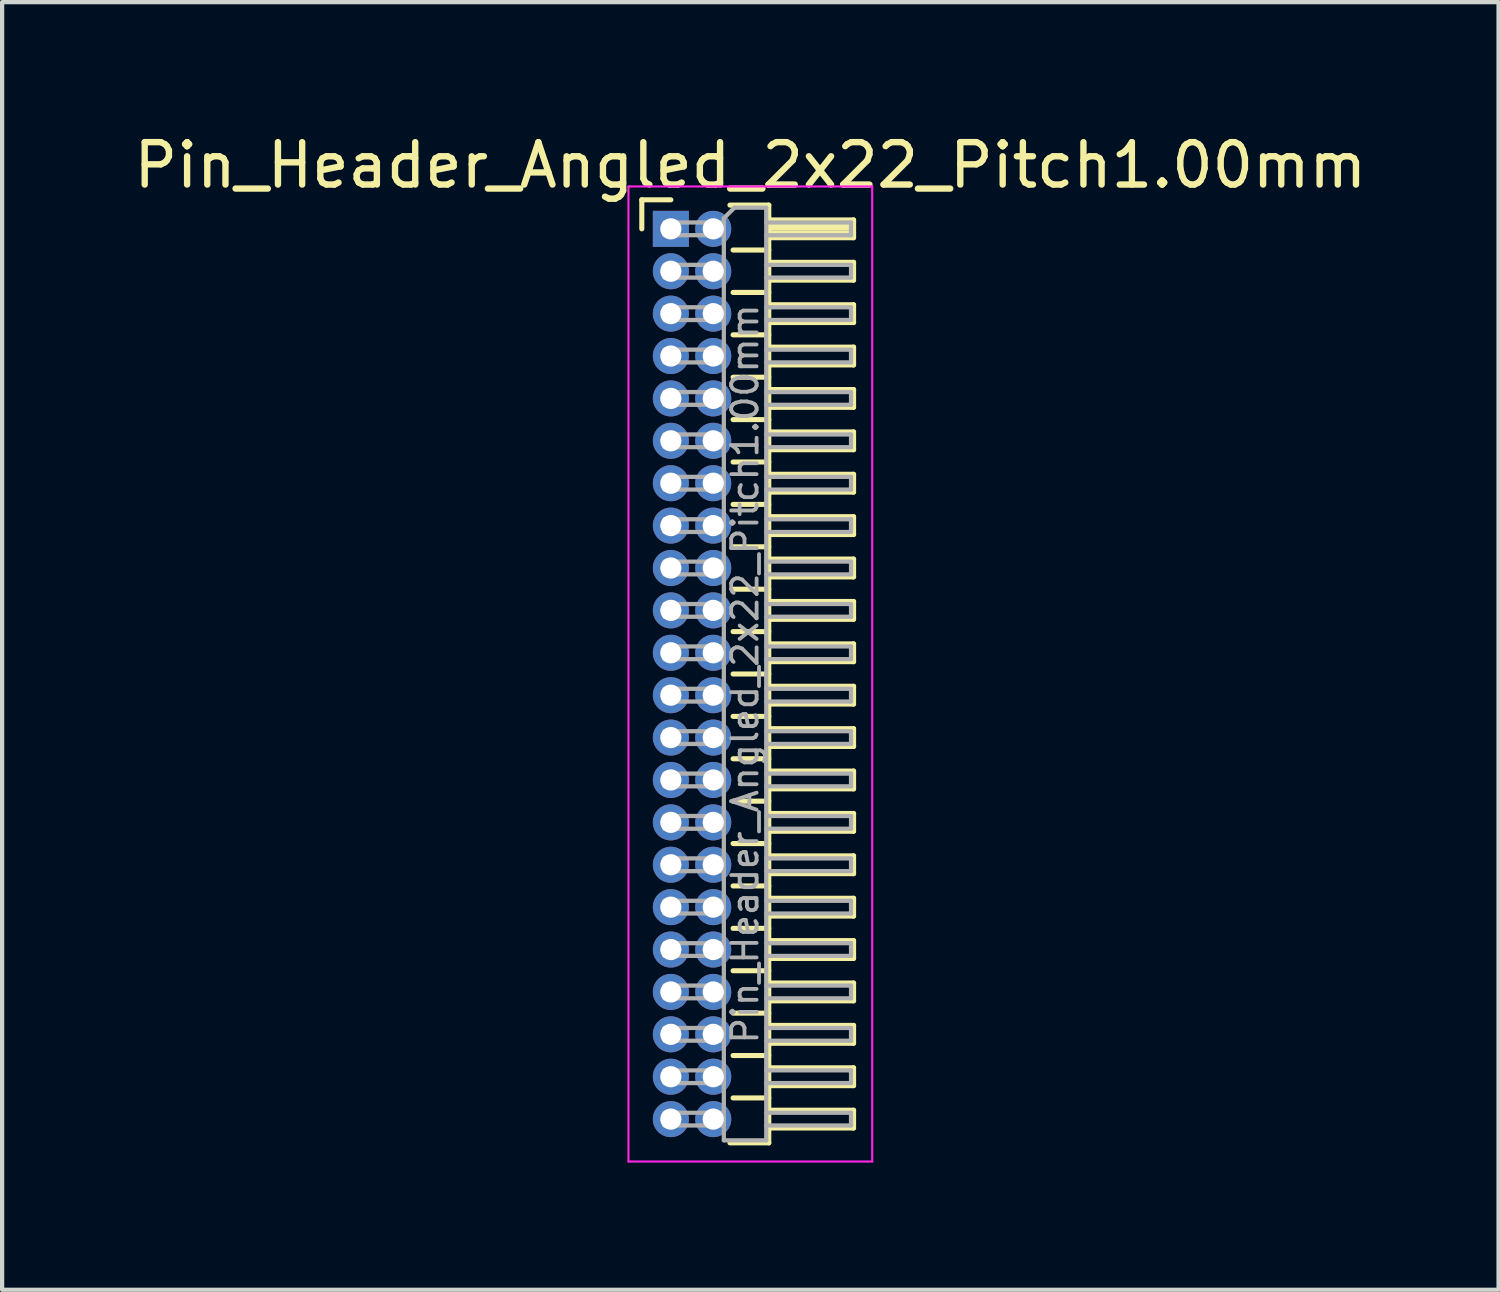
<source format=kicad_pcb>
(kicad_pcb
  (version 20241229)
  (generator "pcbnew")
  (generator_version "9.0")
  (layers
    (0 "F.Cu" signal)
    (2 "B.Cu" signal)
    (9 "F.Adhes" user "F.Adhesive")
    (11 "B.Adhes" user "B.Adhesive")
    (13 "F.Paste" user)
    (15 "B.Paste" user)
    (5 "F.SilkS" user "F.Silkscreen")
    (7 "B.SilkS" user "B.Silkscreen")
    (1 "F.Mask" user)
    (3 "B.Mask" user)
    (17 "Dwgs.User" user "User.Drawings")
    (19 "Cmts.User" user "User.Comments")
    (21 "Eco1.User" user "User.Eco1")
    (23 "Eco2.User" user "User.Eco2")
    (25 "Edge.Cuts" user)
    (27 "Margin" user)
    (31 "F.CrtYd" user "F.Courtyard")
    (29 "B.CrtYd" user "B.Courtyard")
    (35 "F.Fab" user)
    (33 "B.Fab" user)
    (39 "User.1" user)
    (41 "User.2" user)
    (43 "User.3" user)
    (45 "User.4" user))
  (footprint "Pin_Header_Angled_2x22_Pitch1.00mm"
    (layer "F.Cu")
    (at 12.774 2.348)
    (property "Reference" "Pin_Header_Angled_2x22_Pitch1.00mm" (at 1.875 -1.5 0) (layer "F.SilkS") (effects (font (size 1 1) (thickness 0.15))))
    (attr through_hole)
    (fp_line (start -0.685 -0.685) (end 0 -0.685) (stroke (width 0.12) (type solid)) (layer "F.SilkS"))
    (fp_line (start -0.685 0) (end -0.685 -0.685) (stroke (width 0.12) (type solid)) (layer "F.SilkS"))
    (fp_line (start 1.394 -0.56) (end 2.31 -0.56) (stroke (width 0.12) (type solid)) (layer "F.SilkS"))
    (fp_line (start 1.468 0.5) (end 2.31 0.5) (stroke (width 0.12) (type solid)) (layer "F.SilkS"))
    (fp_line (start 1.468 1.5) (end 2.31 1.5) (stroke (width 0.12) (type solid)) (layer "F.SilkS"))
    (fp_line (start 1.468 2.5) (end 2.31 2.5) (stroke (width 0.12) (type solid)) (layer "F.SilkS"))
    (fp_line (start 1.468 3.5) (end 2.31 3.5) (stroke (width 0.12) (type solid)) (layer "F.SilkS"))
    (fp_line (start 1.468 4.5) (end 2.31 4.5) (stroke (width 0.12) (type solid)) (layer "F.SilkS"))
    (fp_line (start 1.468 5.5) (end 2.31 5.5) (stroke (width 0.12) (type solid)) (layer "F.SilkS"))
    (fp_line (start 1.468 6.5) (end 2.31 6.5) (stroke (width 0.12) (type solid)) (layer "F.SilkS"))
    (fp_line (start 1.468 7.5) (end 2.31 7.5) (stroke (width 0.12) (type solid)) (layer "F.SilkS"))
    (fp_line (start 1.468 8.5) (end 2.31 8.5) (stroke (width 0.12) (type solid)) (layer "F.SilkS"))
    (fp_line (start 1.468 9.5) (end 2.31 9.5) (stroke (width 0.12) (type solid)) (layer "F.SilkS"))
    (fp_line (start 1.468 10.5) (end 2.31 10.5) (stroke (width 0.12) (type solid)) (layer "F.SilkS"))
    (fp_line (start 1.468 11.5) (end 2.31 11.5) (stroke (width 0.12) (type solid)) (layer "F.SilkS"))
    (fp_line (start 1.468 12.5) (end 2.31 12.5) (stroke (width 0.12) (type solid)) (layer "F.SilkS"))
    (fp_line (start 1.468 13.5) (end 2.31 13.5) (stroke (width 0.12) (type solid)) (layer "F.SilkS"))
    (fp_line (start 1.468 14.5) (end 2.31 14.5) (stroke (width 0.12) (type solid)) (layer "F.SilkS"))
    (fp_line (start 1.468 15.5) (end 2.31 15.5) (stroke (width 0.12) (type solid)) (layer "F.SilkS"))
    (fp_line (start 1.468 16.5) (end 2.31 16.5) (stroke (width 0.12) (type solid)) (layer "F.SilkS"))
    (fp_line (start 1.468 17.5) (end 2.31 17.5) (stroke (width 0.12) (type solid)) (layer "F.SilkS"))
    (fp_line (start 1.468 18.5) (end 2.31 18.5) (stroke (width 0.12) (type solid)) (layer "F.SilkS"))
    (fp_line (start 1.468 19.5) (end 2.31 19.5) (stroke (width 0.12) (type solid)) (layer "F.SilkS"))
    (fp_line (start 1.468 20.5) (end 2.31 20.5) (stroke (width 0.12) (type solid)) (layer "F.SilkS"))
    (fp_line (start 2.31 -0.56) (end 2.31 21.56) (stroke (width 0.12) (type solid)) (layer "F.SilkS"))
    (fp_line (start 2.31 -0.21) (end 4.31 -0.21) (stroke (width 0.12) (type solid)) (layer "F.SilkS"))
    (fp_line (start 2.31 -0.15) (end 4.31 -0.15) (stroke (width 0.12) (type solid)) (layer "F.SilkS"))
    (fp_line (start 2.31 -0.03) (end 4.31 -0.03) (stroke (width 0.12) (type solid)) (layer "F.SilkS"))
    (fp_line (start 2.31 0.09) (end 4.31 0.09) (stroke (width 0.12) (type solid)) (layer "F.SilkS"))
    (fp_line (start 2.31 0.79) (end 4.31 0.79) (stroke (width 0.12) (type solid)) (layer "F.SilkS"))
    (fp_line (start 2.31 1.79) (end 4.31 1.79) (stroke (width 0.12) (type solid)) (layer "F.SilkS"))
    (fp_line (start 2.31 2.79) (end 4.31 2.79) (stroke (width 0.12) (type solid)) (layer "F.SilkS"))
    (fp_line (start 2.31 3.79) (end 4.31 3.79) (stroke (width 0.12) (type solid)) (layer "F.SilkS"))
    (fp_line (start 2.31 4.79) (end 4.31 4.79) (stroke (width 0.12) (type solid)) (layer "F.SilkS"))
    (fp_line (start 2.31 5.79) (end 4.31 5.79) (stroke (width 0.12) (type solid)) (layer "F.SilkS"))
    (fp_line (start 2.31 6.79) (end 4.31 6.79) (stroke (width 0.12) (type solid)) (layer "F.SilkS"))
    (fp_line (start 2.31 7.79) (end 4.31 7.79) (stroke (width 0.12) (type solid)) (layer "F.SilkS"))
    (fp_line (start 2.31 8.79) (end 4.31 8.79) (stroke (width 0.12) (type solid)) (layer "F.SilkS"))
    (fp_line (start 2.31 9.79) (end 4.31 9.79) (stroke (width 0.12) (type solid)) (layer "F.SilkS"))
    (fp_line (start 2.31 10.79) (end 4.31 10.79) (stroke (width 0.12) (type solid)) (layer "F.SilkS"))
    (fp_line (start 2.31 11.79) (end 4.31 11.79) (stroke (width 0.12) (type solid)) (layer "F.SilkS"))
    (fp_line (start 2.31 12.79) (end 4.31 12.79) (stroke (width 0.12) (type solid)) (layer "F.SilkS"))
    (fp_line (start 2.31 13.79) (end 4.31 13.79) (stroke (width 0.12) (type solid)) (layer "F.SilkS"))
    (fp_line (start 2.31 14.79) (end 4.31 14.79) (stroke (width 0.12) (type solid)) (layer "F.SilkS"))
    (fp_line (start 2.31 15.79) (end 4.31 15.79) (stroke (width 0.12) (type solid)) (layer "F.SilkS"))
    (fp_line (start 2.31 16.79) (end 4.31 16.79) (stroke (width 0.12) (type solid)) (layer "F.SilkS"))
    (fp_line (start 2.31 17.79) (end 4.31 17.79) (stroke (width 0.12) (type solid)) (layer "F.SilkS"))
    (fp_line (start 2.31 18.79) (end 4.31 18.79) (stroke (width 0.12) (type solid)) (layer "F.SilkS"))
    (fp_line (start 2.31 19.79) (end 4.31 19.79) (stroke (width 0.12) (type solid)) (layer "F.SilkS"))
    (fp_line (start 2.31 20.79) (end 4.31 20.79) (stroke (width 0.12) (type solid)) (layer "F.SilkS"))
    (fp_line (start 2.31 21.56) (end 1.394 21.56) (stroke (width 0.12) (type solid)) (layer "F.SilkS"))
    (fp_line (start 4.31 -0.21) (end 4.31 0.21) (stroke (width 0.12) (type solid)) (layer "F.SilkS"))
    (fp_line (start 4.31 0.21) (end 2.31 0.21) (stroke (width 0.12) (type solid)) (layer "F.SilkS"))
    (fp_line (start 4.31 0.79) (end 4.31 1.21) (stroke (width 0.12) (type solid)) (layer "F.SilkS"))
    (fp_line (start 4.31 1.21) (end 2.31 1.21) (stroke (width 0.12) (type solid)) (layer "F.SilkS"))
    (fp_line (start 4.31 1.79) (end 4.31 2.21) (stroke (width 0.12) (type solid)) (layer "F.SilkS"))
    (fp_line (start 4.31 2.21) (end 2.31 2.21) (stroke (width 0.12) (type solid)) (layer "F.SilkS"))
    (fp_line (start 4.31 2.79) (end 4.31 3.21) (stroke (width 0.12) (type solid)) (layer "F.SilkS"))
    (fp_line (start 4.31 3.21) (end 2.31 3.21) (stroke (width 0.12) (type solid)) (layer "F.SilkS"))
    (fp_line (start 4.31 3.79) (end 4.31 4.21) (stroke (width 0.12) (type solid)) (layer "F.SilkS"))
    (fp_line (start 4.31 4.21) (end 2.31 4.21) (stroke (width 0.12) (type solid)) (layer "F.SilkS"))
    (fp_line (start 4.31 4.79) (end 4.31 5.21) (stroke (width 0.12) (type solid)) (layer "F.SilkS"))
    (fp_line (start 4.31 5.21) (end 2.31 5.21) (stroke (width 0.12) (type solid)) (layer "F.SilkS"))
    (fp_line (start 4.31 5.79) (end 4.31 6.21) (stroke (width 0.12) (type solid)) (layer "F.SilkS"))
    (fp_line (start 4.31 6.21) (end 2.31 6.21) (stroke (width 0.12) (type solid)) (layer "F.SilkS"))
    (fp_line (start 4.31 6.79) (end 4.31 7.21) (stroke (width 0.12) (type solid)) (layer "F.SilkS"))
    (fp_line (start 4.31 7.21) (end 2.31 7.21) (stroke (width 0.12) (type solid)) (layer "F.SilkS"))
    (fp_line (start 4.31 7.79) (end 4.31 8.21) (stroke (width 0.12) (type solid)) (layer "F.SilkS"))
    (fp_line (start 4.31 8.21) (end 2.31 8.21) (stroke (width 0.12) (type solid)) (layer "F.SilkS"))
    (fp_line (start 4.31 8.79) (end 4.31 9.21) (stroke (width 0.12) (type solid)) (layer "F.SilkS"))
    (fp_line (start 4.31 9.21) (end 2.31 9.21) (stroke (width 0.12) (type solid)) (layer "F.SilkS"))
    (fp_line (start 4.31 9.79) (end 4.31 10.21) (stroke (width 0.12) (type solid)) (layer "F.SilkS"))
    (fp_line (start 4.31 10.21) (end 2.31 10.21) (stroke (width 0.12) (type solid)) (layer "F.SilkS"))
    (fp_line (start 4.31 10.79) (end 4.31 11.21) (stroke (width 0.12) (type solid)) (layer "F.SilkS"))
    (fp_line (start 4.31 11.21) (end 2.31 11.21) (stroke (width 0.12) (type solid)) (layer "F.SilkS"))
    (fp_line (start 4.31 11.79) (end 4.31 12.21) (stroke (width 0.12) (type solid)) (layer "F.SilkS"))
    (fp_line (start 4.31 12.21) (end 2.31 12.21) (stroke (width 0.12) (type solid)) (layer "F.SilkS"))
    (fp_line (start 4.31 12.79) (end 4.31 13.21) (stroke (width 0.12) (type solid)) (layer "F.SilkS"))
    (fp_line (start 4.31 13.21) (end 2.31 13.21) (stroke (width 0.12) (type solid)) (layer "F.SilkS"))
    (fp_line (start 4.31 13.79) (end 4.31 14.21) (stroke (width 0.12) (type solid)) (layer "F.SilkS"))
    (fp_line (start 4.31 14.21) (end 2.31 14.21) (stroke (width 0.12) (type solid)) (layer "F.SilkS"))
    (fp_line (start 4.31 14.79) (end 4.31 15.21) (stroke (width 0.12) (type solid)) (layer "F.SilkS"))
    (fp_line (start 4.31 15.21) (end 2.31 15.21) (stroke (width 0.12) (type solid)) (layer "F.SilkS"))
    (fp_line (start 4.31 15.79) (end 4.31 16.21) (stroke (width 0.12) (type solid)) (layer "F.SilkS"))
    (fp_line (start 4.31 16.21) (end 2.31 16.21) (stroke (width 0.12) (type solid)) (layer "F.SilkS"))
    (fp_line (start 4.31 16.79) (end 4.31 17.21) (stroke (width 0.12) (type solid)) (layer "F.SilkS"))
    (fp_line (start 4.31 17.21) (end 2.31 17.21) (stroke (width 0.12) (type solid)) (layer "F.SilkS"))
    (fp_line (start 4.31 17.79) (end 4.31 18.21) (stroke (width 0.12) (type solid)) (layer "F.SilkS"))
    (fp_line (start 4.31 18.21) (end 2.31 18.21) (stroke (width 0.12) (type solid)) (layer "F.SilkS"))
    (fp_line (start 4.31 18.79) (end 4.31 19.21) (stroke (width 0.12) (type solid)) (layer "F.SilkS"))
    (fp_line (start 4.31 19.21) (end 2.31 19.21) (stroke (width 0.12) (type solid)) (layer "F.SilkS"))
    (fp_line (start 4.31 19.79) (end 4.31 20.21) (stroke (width 0.12) (type solid)) (layer "F.SilkS"))
    (fp_line (start 4.31 20.21) (end 2.31 20.21) (stroke (width 0.12) (type solid)) (layer "F.SilkS"))
    (fp_line (start 4.31 20.79) (end 4.31 21.21) (stroke (width 0.12) (type solid)) (layer "F.SilkS"))
    (fp_line (start 4.31 21.21) (end 2.31 21.21) (stroke (width 0.12) (type solid)) (layer "F.SilkS"))
    (fp_line (start -1 -1) (end -1 22) (stroke (width 0.05) (type solid)) (layer "F.CrtYd"))
    (fp_line (start -1 22) (end 4.75 22) (stroke (width 0.05) (type solid)) (layer "F.CrtYd"))
    (fp_line (start 4.75 -1) (end -1 -1) (stroke (width 0.05) (type solid)) (layer "F.CrtYd"))
    (fp_line (start 4.75 22) (end 4.75 -1) (stroke (width 0.05) (type solid)) (layer "F.CrtYd"))
    (fp_line (start -0.15 -0.15) (end -0.15 0.15) (stroke (width 0.1) (type solid)) (layer "F.Fab"))
    (fp_line (start -0.15 -0.15) (end 1.25 -0.15) (stroke (width 0.1) (type solid)) (layer "F.Fab"))
    (fp_line (start -0.15 0.15) (end 1.25 0.15) (stroke (width 0.1) (type solid)) (layer "F.Fab"))
    (fp_line (start -0.15 0.85) (end -0.15 1.15) (stroke (width 0.1) (type solid)) (layer "F.Fab"))
    (fp_line (start -0.15 0.85) (end 1.25 0.85) (stroke (width 0.1) (type solid)) (layer "F.Fab"))
    (fp_line (start -0.15 1.15) (end 1.25 1.15) (stroke (width 0.1) (type solid)) (layer "F.Fab"))
    (fp_line (start -0.15 1.85) (end -0.15 2.15) (stroke (width 0.1) (type solid)) (layer "F.Fab"))
    (fp_line (start -0.15 1.85) (end 1.25 1.85) (stroke (width 0.1) (type solid)) (layer "F.Fab"))
    (fp_line (start -0.15 2.15) (end 1.25 2.15) (stroke (width 0.1) (type solid)) (layer "F.Fab"))
    (fp_line (start -0.15 2.85) (end -0.15 3.15) (stroke (width 0.1) (type solid)) (layer "F.Fab"))
    (fp_line (start -0.15 2.85) (end 1.25 2.85) (stroke (width 0.1) (type solid)) (layer "F.Fab"))
    (fp_line (start -0.15 3.15) (end 1.25 3.15) (stroke (width 0.1) (type solid)) (layer "F.Fab"))
    (fp_line (start -0.15 3.85) (end -0.15 4.15) (stroke (width 0.1) (type solid)) (layer "F.Fab"))
    (fp_line (start -0.15 3.85) (end 1.25 3.85) (stroke (width 0.1) (type solid)) (layer "F.Fab"))
    (fp_line (start -0.15 4.15) (end 1.25 4.15) (stroke (width 0.1) (type solid)) (layer "F.Fab"))
    (fp_line (start -0.15 4.85) (end -0.15 5.15) (stroke (width 0.1) (type solid)) (layer "F.Fab"))
    (fp_line (start -0.15 4.85) (end 1.25 4.85) (stroke (width 0.1) (type solid)) (layer "F.Fab"))
    (fp_line (start -0.15 5.15) (end 1.25 5.15) (stroke (width 0.1) (type solid)) (layer "F.Fab"))
    (fp_line (start -0.15 5.85) (end -0.15 6.15) (stroke (width 0.1) (type solid)) (layer "F.Fab"))
    (fp_line (start -0.15 5.85) (end 1.25 5.85) (stroke (width 0.1) (type solid)) (layer "F.Fab"))
    (fp_line (start -0.15 6.15) (end 1.25 6.15) (stroke (width 0.1) (type solid)) (layer "F.Fab"))
    (fp_line (start -0.15 6.85) (end -0.15 7.15) (stroke (width 0.1) (type solid)) (layer "F.Fab"))
    (fp_line (start -0.15 6.85) (end 1.25 6.85) (stroke (width 0.1) (type solid)) (layer "F.Fab"))
    (fp_line (start -0.15 7.15) (end 1.25 7.15) (stroke (width 0.1) (type solid)) (layer "F.Fab"))
    (fp_line (start -0.15 7.85) (end -0.15 8.15) (stroke (width 0.1) (type solid)) (layer "F.Fab"))
    (fp_line (start -0.15 7.85) (end 1.25 7.85) (stroke (width 0.1) (type solid)) (layer "F.Fab"))
    (fp_line (start -0.15 8.15) (end 1.25 8.15) (stroke (width 0.1) (type solid)) (layer "F.Fab"))
    (fp_line (start -0.15 8.85) (end -0.15 9.15) (stroke (width 0.1) (type solid)) (layer "F.Fab"))
    (fp_line (start -0.15 8.85) (end 1.25 8.85) (stroke (width 0.1) (type solid)) (layer "F.Fab"))
    (fp_line (start -0.15 9.15) (end 1.25 9.15) (stroke (width 0.1) (type solid)) (layer "F.Fab"))
    (fp_line (start -0.15 9.85) (end -0.15 10.15) (stroke (width 0.1) (type solid)) (layer "F.Fab"))
    (fp_line (start -0.15 9.85) (end 1.25 9.85) (stroke (width 0.1) (type solid)) (layer "F.Fab"))
    (fp_line (start -0.15 10.15) (end 1.25 10.15) (stroke (width 0.1) (type solid)) (layer "F.Fab"))
    (fp_line (start -0.15 10.85) (end -0.15 11.15) (stroke (width 0.1) (type solid)) (layer "F.Fab"))
    (fp_line (start -0.15 10.85) (end 1.25 10.85) (stroke (width 0.1) (type solid)) (layer "F.Fab"))
    (fp_line (start -0.15 11.15) (end 1.25 11.15) (stroke (width 0.1) (type solid)) (layer "F.Fab"))
    (fp_line (start -0.15 11.85) (end -0.15 12.15) (stroke (width 0.1) (type solid)) (layer "F.Fab"))
    (fp_line (start -0.15 11.85) (end 1.25 11.85) (stroke (width 0.1) (type solid)) (layer "F.Fab"))
    (fp_line (start -0.15 12.15) (end 1.25 12.15) (stroke (width 0.1) (type solid)) (layer "F.Fab"))
    (fp_line (start -0.15 12.85) (end -0.15 13.15) (stroke (width 0.1) (type solid)) (layer "F.Fab"))
    (fp_line (start -0.15 12.85) (end 1.25 12.85) (stroke (width 0.1) (type solid)) (layer "F.Fab"))
    (fp_line (start -0.15 13.15) (end 1.25 13.15) (stroke (width 0.1) (type solid)) (layer "F.Fab"))
    (fp_line (start -0.15 13.85) (end -0.15 14.15) (stroke (width 0.1) (type solid)) (layer "F.Fab"))
    (fp_line (start -0.15 13.85) (end 1.25 13.85) (stroke (width 0.1) (type solid)) (layer "F.Fab"))
    (fp_line (start -0.15 14.15) (end 1.25 14.15) (stroke (width 0.1) (type solid)) (layer "F.Fab"))
    (fp_line (start -0.15 14.85) (end -0.15 15.15) (stroke (width 0.1) (type solid)) (layer "F.Fab"))
    (fp_line (start -0.15 14.85) (end 1.25 14.85) (stroke (width 0.1) (type solid)) (layer "F.Fab"))
    (fp_line (start -0.15 15.15) (end 1.25 15.15) (stroke (width 0.1) (type solid)) (layer "F.Fab"))
    (fp_line (start -0.15 15.85) (end -0.15 16.15) (stroke (width 0.1) (type solid)) (layer "F.Fab"))
    (fp_line (start -0.15 15.85) (end 1.25 15.85) (stroke (width 0.1) (type solid)) (layer "F.Fab"))
    (fp_line (start -0.15 16.15) (end 1.25 16.15) (stroke (width 0.1) (type solid)) (layer "F.Fab"))
    (fp_line (start -0.15 16.85) (end -0.15 17.15) (stroke (width 0.1) (type solid)) (layer "F.Fab"))
    (fp_line (start -0.15 16.85) (end 1.25 16.85) (stroke (width 0.1) (type solid)) (layer "F.Fab"))
    (fp_line (start -0.15 17.15) (end 1.25 17.15) (stroke (width 0.1) (type solid)) (layer "F.Fab"))
    (fp_line (start -0.15 17.85) (end -0.15 18.15) (stroke (width 0.1) (type solid)) (layer "F.Fab"))
    (fp_line (start -0.15 17.85) (end 1.25 17.85) (stroke (width 0.1) (type solid)) (layer "F.Fab"))
    (fp_line (start -0.15 18.15) (end 1.25 18.15) (stroke (width 0.1) (type solid)) (layer "F.Fab"))
    (fp_line (start -0.15 18.85) (end -0.15 19.15) (stroke (width 0.1) (type solid)) (layer "F.Fab"))
    (fp_line (start -0.15 18.85) (end 1.25 18.85) (stroke (width 0.1) (type solid)) (layer "F.Fab"))
    (fp_line (start -0.15 19.15) (end 1.25 19.15) (stroke (width 0.1) (type solid)) (layer "F.Fab"))
    (fp_line (start -0.15 19.85) (end -0.15 20.15) (stroke (width 0.1) (type solid)) (layer "F.Fab"))
    (fp_line (start -0.15 19.85) (end 1.25 19.85) (stroke (width 0.1) (type solid)) (layer "F.Fab"))
    (fp_line (start -0.15 20.15) (end 1.25 20.15) (stroke (width 0.1) (type solid)) (layer "F.Fab"))
    (fp_line (start -0.15 20.85) (end -0.15 21.15) (stroke (width 0.1) (type solid)) (layer "F.Fab"))
    (fp_line (start -0.15 20.85) (end 1.25 20.85) (stroke (width 0.1) (type solid)) (layer "F.Fab"))
    (fp_line (start -0.15 21.15) (end 1.25 21.15) (stroke (width 0.1) (type solid)) (layer "F.Fab"))
    (fp_line (start 1.25 -0.25) (end 1.5 -0.5) (stroke (width 0.1) (type solid)) (layer "F.Fab"))
    (fp_line (start 1.25 21.5) (end 1.25 -0.25) (stroke (width 0.1) (type solid)) (layer "F.Fab"))
    (fp_line (start 1.5 -0.5) (end 2.25 -0.5) (stroke (width 0.1) (type solid)) (layer "F.Fab"))
    (fp_line (start 2.25 -0.5) (end 2.25 21.5) (stroke (width 0.1) (type solid)) (layer "F.Fab"))
    (fp_line (start 2.25 -0.15) (end 4.25 -0.15) (stroke (width 0.1) (type solid)) (layer "F.Fab"))
    (fp_line (start 2.25 0.15) (end 4.25 0.15) (stroke (width 0.1) (type solid)) (layer "F.Fab"))
    (fp_line (start 2.25 0.85) (end 4.25 0.85) (stroke (width 0.1) (type solid)) (layer "F.Fab"))
    (fp_line (start 2.25 1.15) (end 4.25 1.15) (stroke (width 0.1) (type solid)) (layer "F.Fab"))
    (fp_line (start 2.25 1.85) (end 4.25 1.85) (stroke (width 0.1) (type solid)) (layer "F.Fab"))
    (fp_line (start 2.25 2.15) (end 4.25 2.15) (stroke (width 0.1) (type solid)) (layer "F.Fab"))
    (fp_line (start 2.25 2.85) (end 4.25 2.85) (stroke (width 0.1) (type solid)) (layer "F.Fab"))
    (fp_line (start 2.25 3.15) (end 4.25 3.15) (stroke (width 0.1) (type solid)) (layer "F.Fab"))
    (fp_line (start 2.25 3.85) (end 4.25 3.85) (stroke (width 0.1) (type solid)) (layer "F.Fab"))
    (fp_line (start 2.25 4.15) (end 4.25 4.15) (stroke (width 0.1) (type solid)) (layer "F.Fab"))
    (fp_line (start 2.25 4.85) (end 4.25 4.85) (stroke (width 0.1) (type solid)) (layer "F.Fab"))
    (fp_line (start 2.25 5.15) (end 4.25 5.15) (stroke (width 0.1) (type solid)) (layer "F.Fab"))
    (fp_line (start 2.25 5.85) (end 4.25 5.85) (stroke (width 0.1) (type solid)) (layer "F.Fab"))
    (fp_line (start 2.25 6.15) (end 4.25 6.15) (stroke (width 0.1) (type solid)) (layer "F.Fab"))
    (fp_line (start 2.25 6.85) (end 4.25 6.85) (stroke (width 0.1) (type solid)) (layer "F.Fab"))
    (fp_line (start 2.25 7.15) (end 4.25 7.15) (stroke (width 0.1) (type solid)) (layer "F.Fab"))
    (fp_line (start 2.25 7.85) (end 4.25 7.85) (stroke (width 0.1) (type solid)) (layer "F.Fab"))
    (fp_line (start 2.25 8.15) (end 4.25 8.15) (stroke (width 0.1) (type solid)) (layer "F.Fab"))
    (fp_line (start 2.25 8.85) (end 4.25 8.85) (stroke (width 0.1) (type solid)) (layer "F.Fab"))
    (fp_line (start 2.25 9.15) (end 4.25 9.15) (stroke (width 0.1) (type solid)) (layer "F.Fab"))
    (fp_line (start 2.25 9.85) (end 4.25 9.85) (stroke (width 0.1) (type solid)) (layer "F.Fab"))
    (fp_line (start 2.25 10.15) (end 4.25 10.15) (stroke (width 0.1) (type solid)) (layer "F.Fab"))
    (fp_line (start 2.25 10.85) (end 4.25 10.85) (stroke (width 0.1) (type solid)) (layer "F.Fab"))
    (fp_line (start 2.25 11.15) (end 4.25 11.15) (stroke (width 0.1) (type solid)) (layer "F.Fab"))
    (fp_line (start 2.25 11.85) (end 4.25 11.85) (stroke (width 0.1) (type solid)) (layer "F.Fab"))
    (fp_line (start 2.25 12.15) (end 4.25 12.15) (stroke (width 0.1) (type solid)) (layer "F.Fab"))
    (fp_line (start 2.25 12.85) (end 4.25 12.85) (stroke (width 0.1) (type solid)) (layer "F.Fab"))
    (fp_line (start 2.25 13.15) (end 4.25 13.15) (stroke (width 0.1) (type solid)) (layer "F.Fab"))
    (fp_line (start 2.25 13.85) (end 4.25 13.85) (stroke (width 0.1) (type solid)) (layer "F.Fab"))
    (fp_line (start 2.25 14.15) (end 4.25 14.15) (stroke (width 0.1) (type solid)) (layer "F.Fab"))
    (fp_line (start 2.25 14.85) (end 4.25 14.85) (stroke (width 0.1) (type solid)) (layer "F.Fab"))
    (fp_line (start 2.25 15.15) (end 4.25 15.15) (stroke (width 0.1) (type solid)) (layer "F.Fab"))
    (fp_line (start 2.25 15.85) (end 4.25 15.85) (stroke (width 0.1) (type solid)) (layer "F.Fab"))
    (fp_line (start 2.25 16.15) (end 4.25 16.15) (stroke (width 0.1) (type solid)) (layer "F.Fab"))
    (fp_line (start 2.25 16.85) (end 4.25 16.85) (stroke (width 0.1) (type solid)) (layer "F.Fab"))
    (fp_line (start 2.25 17.15) (end 4.25 17.15) (stroke (width 0.1) (type solid)) (layer "F.Fab"))
    (fp_line (start 2.25 17.85) (end 4.25 17.85) (stroke (width 0.1) (type solid)) (layer "F.Fab"))
    (fp_line (start 2.25 18.15) (end 4.25 18.15) (stroke (width 0.1) (type solid)) (layer "F.Fab"))
    (fp_line (start 2.25 18.85) (end 4.25 18.85) (stroke (width 0.1) (type solid)) (layer "F.Fab"))
    (fp_line (start 2.25 19.15) (end 4.25 19.15) (stroke (width 0.1) (type solid)) (layer "F.Fab"))
    (fp_line (start 2.25 19.85) (end 4.25 19.85) (stroke (width 0.1) (type solid)) (layer "F.Fab"))
    (fp_line (start 2.25 20.15) (end 4.25 20.15) (stroke (width 0.1) (type solid)) (layer "F.Fab"))
    (fp_line (start 2.25 20.85) (end 4.25 20.85) (stroke (width 0.1) (type solid)) (layer "F.Fab"))
    (fp_line (start 2.25 21.15) (end 4.25 21.15) (stroke (width 0.1) (type solid)) (layer "F.Fab"))
    (fp_line (start 2.25 21.5) (end 1.25 21.5) (stroke (width 0.1) (type solid)) (layer "F.Fab"))
    (fp_line (start 4.25 -0.15) (end 4.25 0.15) (stroke (width 0.1) (type solid)) (layer "F.Fab"))
    (fp_line (start 4.25 0.85) (end 4.25 1.15) (stroke (width 0.1) (type solid)) (layer "F.Fab"))
    (fp_line (start 4.25 1.85) (end 4.25 2.15) (stroke (width 0.1) (type solid)) (layer "F.Fab"))
    (fp_line (start 4.25 2.85) (end 4.25 3.15) (stroke (width 0.1) (type solid)) (layer "F.Fab"))
    (fp_line (start 4.25 3.85) (end 4.25 4.15) (stroke (width 0.1) (type solid)) (layer "F.Fab"))
    (fp_line (start 4.25 4.85) (end 4.25 5.15) (stroke (width 0.1) (type solid)) (layer "F.Fab"))
    (fp_line (start 4.25 5.85) (end 4.25 6.15) (stroke (width 0.1) (type solid)) (layer "F.Fab"))
    (fp_line (start 4.25 6.85) (end 4.25 7.15) (stroke (width 0.1) (type solid)) (layer "F.Fab"))
    (fp_line (start 4.25 7.85) (end 4.25 8.15) (stroke (width 0.1) (type solid)) (layer "F.Fab"))
    (fp_line (start 4.25 8.85) (end 4.25 9.15) (stroke (width 0.1) (type solid)) (layer "F.Fab"))
    (fp_line (start 4.25 9.85) (end 4.25 10.15) (stroke (width 0.1) (type solid)) (layer "F.Fab"))
    (fp_line (start 4.25 10.85) (end 4.25 11.15) (stroke (width 0.1) (type solid)) (layer "F.Fab"))
    (fp_line (start 4.25 11.85) (end 4.25 12.15) (stroke (width 0.1) (type solid)) (layer "F.Fab"))
    (fp_line (start 4.25 12.85) (end 4.25 13.15) (stroke (width 0.1) (type solid)) (layer "F.Fab"))
    (fp_line (start 4.25 13.85) (end 4.25 14.15) (stroke (width 0.1) (type solid)) (layer "F.Fab"))
    (fp_line (start 4.25 14.85) (end 4.25 15.15) (stroke (width 0.1) (type solid)) (layer "F.Fab"))
    (fp_line (start 4.25 15.85) (end 4.25 16.15) (stroke (width 0.1) (type solid)) (layer "F.Fab"))
    (fp_line (start 4.25 16.85) (end 4.25 17.15) (stroke (width 0.1) (type solid)) (layer "F.Fab"))
    (fp_line (start 4.25 17.85) (end 4.25 18.15) (stroke (width 0.1) (type solid)) (layer "F.Fab"))
    (fp_line (start 4.25 18.85) (end 4.25 19.15) (stroke (width 0.1) (type solid)) (layer "F.Fab"))
    (fp_line (start 4.25 19.85) (end 4.25 20.15) (stroke (width 0.1) (type solid)) (layer "F.Fab"))
    (fp_line (start 4.25 20.85) (end 4.25 21.15) (stroke (width 0.1) (type solid)) (layer "F.Fab"))
    (fp_text user "${REFERENCE}" (at 1.75 10.5 90) (layer "F.Fab") (effects (font (size 0.6 0.6) (thickness 0.09))))
    (pad "1" thru_hole rect (at 0 0) (size 0.85 0.85) (drill 0.5) (layers "*.Cu" "*.Mask"))
    (pad "2" thru_hole oval (at 1 0) (size 0.85 0.85) (drill 0.5) (layers "*.Cu" "*.Mask"))
    (pad "3" thru_hole oval (at 0 1) (size 0.85 0.85) (drill 0.5) (layers "*.Cu" "*.Mask"))
    (pad "4" thru_hole oval (at 1 1) (size 0.85 0.85) (drill 0.5) (layers "*.Cu" "*.Mask"))
    (pad "5" thru_hole oval (at 0 2) (size 0.85 0.85) (drill 0.5) (layers "*.Cu" "*.Mask"))
    (pad "6" thru_hole oval (at 1 2) (size 0.85 0.85) (drill 0.5) (layers "*.Cu" "*.Mask"))
    (pad "7" thru_hole oval (at 0 3) (size 0.85 0.85) (drill 0.5) (layers "*.Cu" "*.Mask"))
    (pad "8" thru_hole oval (at 1 3) (size 0.85 0.85) (drill 0.5) (layers "*.Cu" "*.Mask"))
    (pad "9" thru_hole oval (at 0 4) (size 0.85 0.85) (drill 0.5) (layers "*.Cu" "*.Mask"))
    (pad "10" thru_hole oval (at 1 4) (size 0.85 0.85) (drill 0.5) (layers "*.Cu" "*.Mask"))
    (pad "11" thru_hole oval (at 0 5) (size 0.85 0.85) (drill 0.5) (layers "*.Cu" "*.Mask"))
    (pad "12" thru_hole oval (at 1 5) (size 0.85 0.85) (drill 0.5) (layers "*.Cu" "*.Mask"))
    (pad "13" thru_hole oval (at 0 6) (size 0.85 0.85) (drill 0.5) (layers "*.Cu" "*.Mask"))
    (pad "14" thru_hole oval (at 1 6) (size 0.85 0.85) (drill 0.5) (layers "*.Cu" "*.Mask"))
    (pad "15" thru_hole oval (at 0 7) (size 0.85 0.85) (drill 0.5) (layers "*.Cu" "*.Mask"))
    (pad "16" thru_hole oval (at 1 7) (size 0.85 0.85) (drill 0.5) (layers "*.Cu" "*.Mask"))
    (pad "17" thru_hole oval (at 0 8) (size 0.85 0.85) (drill 0.5) (layers "*.Cu" "*.Mask"))
    (pad "18" thru_hole oval (at 1 8) (size 0.85 0.85) (drill 0.5) (layers "*.Cu" "*.Mask"))
    (pad "19" thru_hole oval (at 0 9) (size 0.85 0.85) (drill 0.5) (layers "*.Cu" "*.Mask"))
    (pad "20" thru_hole oval (at 1 9) (size 0.85 0.85) (drill 0.5) (layers "*.Cu" "*.Mask"))
    (pad "21" thru_hole oval (at 0 10) (size 0.85 0.85) (drill 0.5) (layers "*.Cu" "*.Mask"))
    (pad "22" thru_hole oval (at 1 10) (size 0.85 0.85) (drill 0.5) (layers "*.Cu" "*.Mask"))
    (pad "23" thru_hole oval (at 0 11) (size 0.85 0.85) (drill 0.5) (layers "*.Cu" "*.Mask"))
    (pad "24" thru_hole oval (at 1 11) (size 0.85 0.85) (drill 0.5) (layers "*.Cu" "*.Mask"))
    (pad "25" thru_hole oval (at 0 12) (size 0.85 0.85) (drill 0.5) (layers "*.Cu" "*.Mask"))
    (pad "26" thru_hole oval (at 1 12) (size 0.85 0.85) (drill 0.5) (layers "*.Cu" "*.Mask"))
    (pad "27" thru_hole oval (at 0 13) (size 0.85 0.85) (drill 0.5) (layers "*.Cu" "*.Mask"))
    (pad "28" thru_hole oval (at 1 13) (size 0.85 0.85) (drill 0.5) (layers "*.Cu" "*.Mask"))
    (pad "29" thru_hole oval (at 0 14) (size 0.85 0.85) (drill 0.5) (layers "*.Cu" "*.Mask"))
    (pad "30" thru_hole oval (at 1 14) (size 0.85 0.85) (drill 0.5) (layers "*.Cu" "*.Mask"))
    (pad "31" thru_hole oval (at 0 15) (size 0.85 0.85) (drill 0.5) (layers "*.Cu" "*.Mask"))
    (pad "32" thru_hole oval (at 1 15) (size 0.85 0.85) (drill 0.5) (layers "*.Cu" "*.Mask"))
    (pad "33" thru_hole oval (at 0 16) (size 0.85 0.85) (drill 0.5) (layers "*.Cu" "*.Mask"))
    (pad "34" thru_hole oval (at 1 16) (size 0.85 0.85) (drill 0.5) (layers "*.Cu" "*.Mask"))
    (pad "35" thru_hole oval (at 0 17) (size 0.85 0.85) (drill 0.5) (layers "*.Cu" "*.Mask"))
    (pad "36" thru_hole oval (at 1 17) (size 0.85 0.85) (drill 0.5) (layers "*.Cu" "*.Mask"))
    (pad "37" thru_hole oval (at 0 18) (size 0.85 0.85) (drill 0.5) (layers "*.Cu" "*.Mask"))
    (pad "38" thru_hole oval (at 1 18) (size 0.85 0.85) (drill 0.5) (layers "*.Cu" "*.Mask"))
    (pad "39" thru_hole oval (at 0 19) (size 0.85 0.85) (drill 0.5) (layers "*.Cu" "*.Mask"))
    (pad "40" thru_hole oval (at 1 19) (size 0.85 0.85) (drill 0.5) (layers "*.Cu" "*.Mask"))
    (pad "41" thru_hole oval (at 0 20) (size 0.85 0.85) (drill 0.5) (layers "*.Cu" "*.Mask"))
    (pad "42" thru_hole oval (at 1 20) (size 0.85 0.85) (drill 0.5) (layers "*.Cu" "*.Mask"))
    (pad "43" thru_hole oval (at 0 21) (size 0.85 0.85) (drill 0.5) (layers "*.Cu" "*.Mask"))
    (pad "44" thru_hole oval (at 1 21) (size 0.85 0.85) (drill 0.5) (layers "*.Cu" "*.Mask")))
  (gr_rect
    (start -3 -3)
    (end 32.298 27.373)
    (stroke (width 0.1) (type default))
    (fill no)
    (layer "Edge.Cuts")))
</source>
